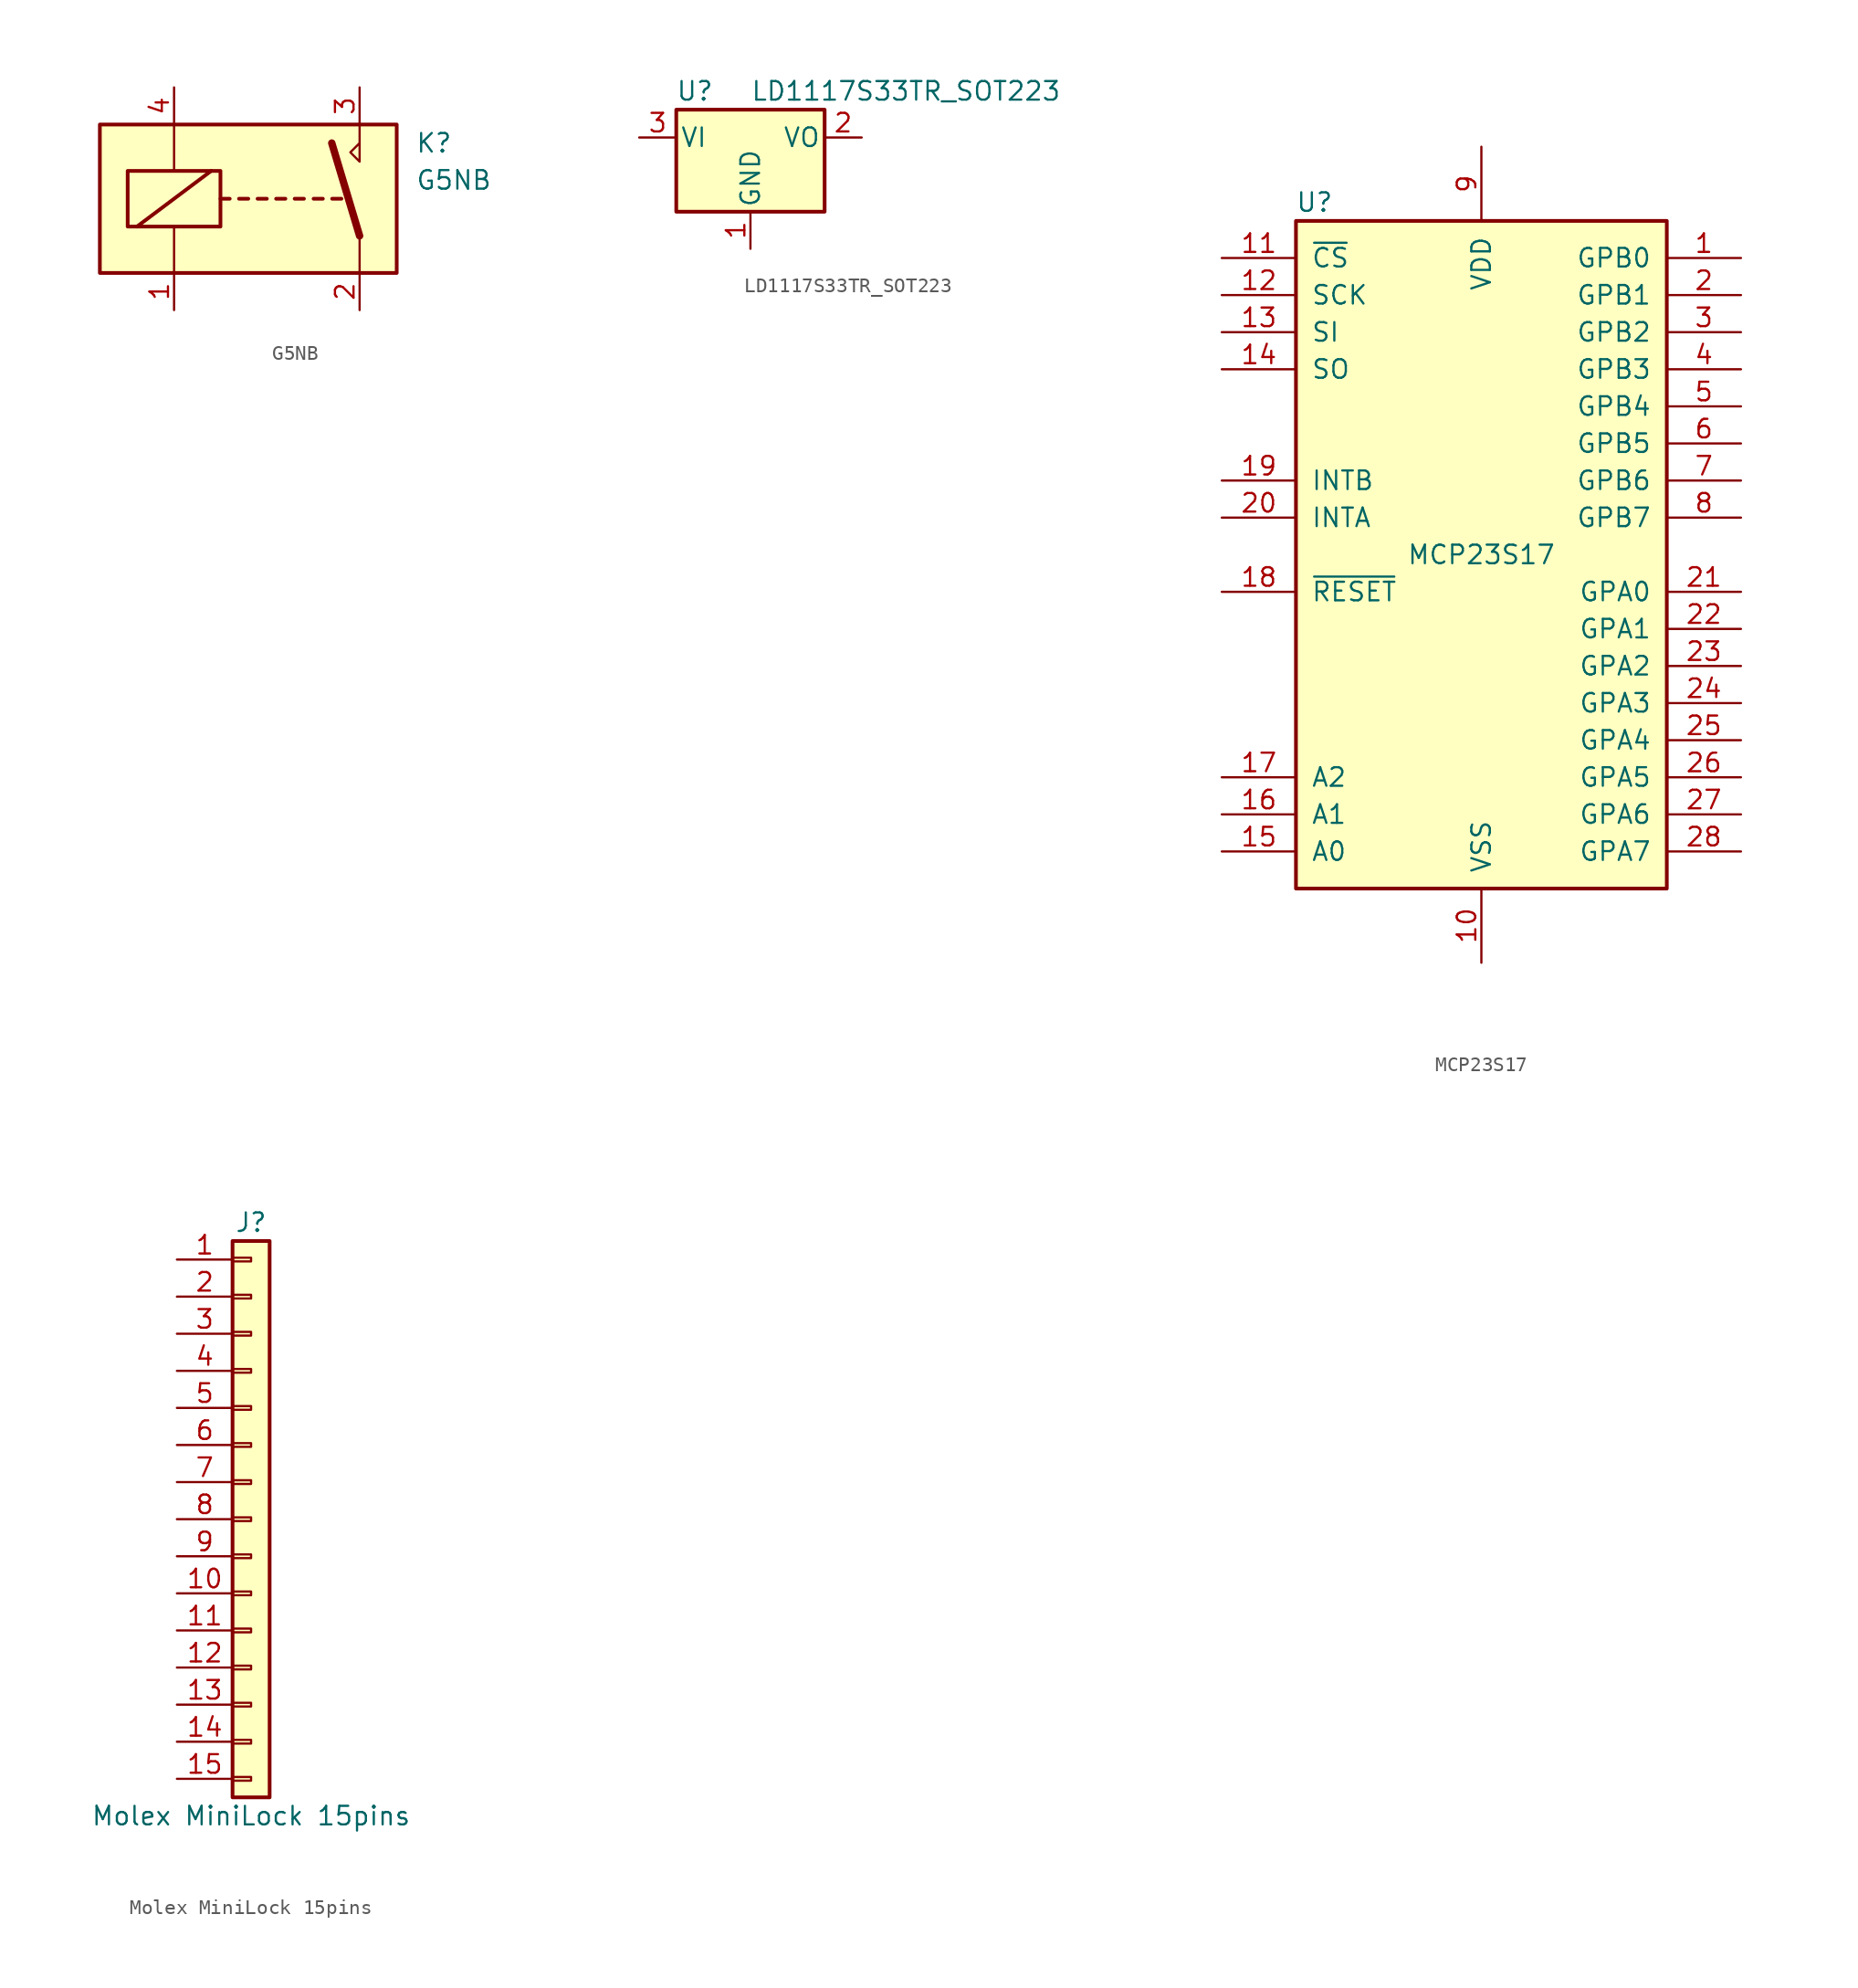
<source format=kicad_sym>
(kicad_symbol_lib
  (version 20211014)
  (generator kicad_symbol_editor)
  (symbol "G5NB"
    (property "Reference" "K"
      (at 11.43 3.81 0)
      (effects (font (size 1.27 1.27)) (justify left)))
    (property "Value" "G5NB"
      (at 11.43 1.27 0)
      (effects (font (size 1.27 1.27)) (justify left)))
    (symbol "G5NB_0_0"
      (polyline (pts (xy 7.62 5.08) (xy 7.62 2.54) (xy 6.985 3.175) (xy 7.62 3.81)) (stroke (width 0) (type default) (color 0 0 0 0)) (fill (type none))))
    (symbol "G5NB_0_1"
      (rectangle (start -10.16 5.08) (end 10.16 -5.08) (stroke (width 0.254) (type default) (color 0 0 0 0)) (fill (type background)))
      (rectangle (start -8.255 1.905) (end -1.905 -1.905) (stroke (width 0.254) (type default) (color 0 0 0 0)) (fill (type none)))
      (polyline (pts (xy -7.62 -1.905) (xy -2.54 1.905)) (stroke (width 0.254) (type default) (color 0 0 0 0)) (fill (type none)))
      (polyline (pts (xy -5.08 -5.08) (xy -5.08 -1.905)) (stroke (width 0) (type default) (color 0 0 0 0)) (fill (type none)))
      (polyline (pts (xy -5.08 5.08) (xy -5.08 1.905)) (stroke (width 0) (type default) (color 0 0 0 0)) (fill (type none)))
      (polyline (pts (xy -1.905 0) (xy -1.27 0)) (stroke (width 0.254) (type default) (color 0 0 0 0)) (fill (type none)))
      (polyline (pts (xy -0.635 0) (xy 0 0)) (stroke (width 0.254) (type default) (color 0 0 0 0)) (fill (type none)))
      (polyline (pts (xy 0.635 0) (xy 1.27 0)) (stroke (width 0.254) (type default) (color 0 0 0 0)) (fill (type none)))
      (polyline (pts (xy 1.905 0) (xy 2.54 0)) (stroke (width 0.254) (type default) (color 0 0 0 0)) (fill (type none)))
      (polyline (pts (xy 3.175 0) (xy 3.81 0)) (stroke (width 0.254) (type default) (color 0 0 0 0)) (fill (type none)))
      (polyline (pts (xy 4.47 0) (xy 5.105 0)) (stroke (width 0.254) (type default) (color 0 0 0 0)) (fill (type none)))
      (polyline (pts (xy 5.74 0) (xy 6.375 0)) (stroke (width 0.254) (type default) (color 0 0 0 0)) (fill (type none)))
      (polyline (pts (xy 7.62 -2.54) (xy 5.715 3.81)) (stroke (width 0.508) (type default) (color 0 0 0 0)) (fill (type none)))
      (polyline (pts (xy 7.62 -2.54) (xy 7.62 -5.08)) (stroke (width 0) (type default) (color 0 0 0 0)) (fill (type none))))
    (symbol "G5NB_1_1"
      (pin passive line (at -5.08 -7.62 90) (length 2.54) (name "~" (effects (font (size 1.27 1.27)))) (number "1" (effects (font (size 1.27 1.27)))))
      (pin passive line (at 7.62 -7.62 90) (length 2.54) (name "~" (effects (font (size 1.27 1.27)))) (number "2" (effects (font (size 1.27 1.27)))))
      (pin passive line (at 7.62 7.62 270) (length 2.54) (name "~" (effects (font (size 1.27 1.27)))) (number "3" (effects (font (size 1.27 1.27)))))
      (pin passive line (at -5.08 7.62 270) (length 2.54) (name "~" (effects (font (size 1.27 1.27)))) (number "4" (effects (font (size 1.27 1.27)))))))
  (symbol "LD1117S33TR_SOT223"
    (pin_names
      (offset 0.254))
    (property "Reference" "U"
      (at -3.81 3.175 0)
      (effects (font (size 1.27 1.27))))
    (property "Value" "LD1117S33TR_SOT223"
      (at 0 3.175 0)
      (effects (font (size 1.27 1.27)) (justify left)))
    (symbol "LD1117S33TR_SOT223_0_1"
      (rectangle (start -5.08 -5.08) (end 5.08 1.905) (stroke (width 0.254) (type default) (color 0 0 0 0)) (fill (type background))))
    (symbol "LD1117S33TR_SOT223_1_1"
      (pin power_in line (at 0 -7.62 90) (length 2.54) (name "GND" (effects (font (size 1.27 1.27)))) (number "1" (effects (font (size 1.27 1.27)))))
      (pin power_out line (at 7.62 0 180) (length 2.54) (name "VO" (effects (font (size 1.27 1.27)))) (number "2" (effects (font (size 1.27 1.27)))))
      (pin power_in line (at -7.62 0 0) (length 2.54) (name "VI" (effects (font (size 1.27 1.27)))) (number "3" (effects (font (size 1.27 1.27)))))))
  (symbol "MCP23S17"
    (pin_names
      (offset 1.016))
    (property "Reference" "U"
      (at -11.43 24.13 0)
      (effects (font (size 1.27 1.27))))
    (property "Value" "MCP23S17"
      (at 0 0 0)
      (effects (font (size 1.27 1.27))))
    (symbol "MCP23S17_0_1"
      (rectangle (start -12.7 22.86) (end 12.7 -22.86) (stroke (width 0.254) (type default) (color 0 0 0 0)) (fill (type background))))
    (symbol "MCP23S17_1_1"
      (pin bidirectional line (at 17.78 20.32 180) (length 5.08) (name "GPB0" (effects (font (size 1.27 1.27)))) (number "1" (effects (font (size 1.27 1.27)))))
      (pin power_in line (at 0 -27.94 90) (length 5.08) (name "VSS" (effects (font (size 1.27 1.27)))) (number "10" (effects (font (size 1.27 1.27)))))
      (pin input line (at -17.78 20.32 0) (length 5.08) (name "~{CS}" (effects (font (size 1.27 1.27)))) (number "11" (effects (font (size 1.27 1.27)))))
      (pin input line (at -17.78 17.78 0) (length 5.08) (name "SCK" (effects (font (size 1.27 1.27)))) (number "12" (effects (font (size 1.27 1.27)))))
      (pin input line (at -17.78 15.24 0) (length 5.08) (name "SI" (effects (font (size 1.27 1.27)))) (number "13" (effects (font (size 1.27 1.27)))))
      (pin output line (at -17.78 12.7 0) (length 5.08) (name "SO" (effects (font (size 1.27 1.27)))) (number "14" (effects (font (size 1.27 1.27)))))
      (pin input line (at -17.78 -20.32 0) (length 5.08) (name "A0" (effects (font (size 1.27 1.27)))) (number "15" (effects (font (size 1.27 1.27)))))
      (pin input line (at -17.78 -17.78 0) (length 5.08) (name "A1" (effects (font (size 1.27 1.27)))) (number "16" (effects (font (size 1.27 1.27)))))
      (pin input line (at -17.78 -15.24 0) (length 5.08) (name "A2" (effects (font (size 1.27 1.27)))) (number "17" (effects (font (size 1.27 1.27)))))
      (pin input line (at -17.78 -2.54 0) (length 5.08) (name "~{RESET}" (effects (font (size 1.27 1.27)))) (number "18" (effects (font (size 1.27 1.27)))))
      (pin tri_state line (at -17.78 5.08 0) (length 5.08) (name "INTB" (effects (font (size 1.27 1.27)))) (number "19" (effects (font (size 1.27 1.27)))))
      (pin bidirectional line (at 17.78 17.78 180) (length 5.08) (name "GPB1" (effects (font (size 1.27 1.27)))) (number "2" (effects (font (size 1.27 1.27)))))
      (pin tri_state line (at -17.78 2.54 0) (length 5.08) (name "INTA" (effects (font (size 1.27 1.27)))) (number "20" (effects (font (size 1.27 1.27)))))
      (pin bidirectional line (at 17.78 -2.54 180) (length 5.08) (name "GPA0" (effects (font (size 1.27 1.27)))) (number "21" (effects (font (size 1.27 1.27)))))
      (pin bidirectional line (at 17.78 -5.08 180) (length 5.08) (name "GPA1" (effects (font (size 1.27 1.27)))) (number "22" (effects (font (size 1.27 1.27)))))
      (pin bidirectional line (at 17.78 -7.62 180) (length 5.08) (name "GPA2" (effects (font (size 1.27 1.27)))) (number "23" (effects (font (size 1.27 1.27)))))
      (pin bidirectional line (at 17.78 -10.16 180) (length 5.08) (name "GPA3" (effects (font (size 1.27 1.27)))) (number "24" (effects (font (size 1.27 1.27)))))
      (pin bidirectional line (at 17.78 -12.7 180) (length 5.08) (name "GPA4" (effects (font (size 1.27 1.27)))) (number "25" (effects (font (size 1.27 1.27)))))
      (pin bidirectional line (at 17.78 -15.24 180) (length 5.08) (name "GPA5" (effects (font (size 1.27 1.27)))) (number "26" (effects (font (size 1.27 1.27)))))
      (pin bidirectional line (at 17.78 -17.78 180) (length 5.08) (name "GPA6" (effects (font (size 1.27 1.27)))) (number "27" (effects (font (size 1.27 1.27)))))
      (pin bidirectional line (at 17.78 -20.32 180) (length 5.08) (name "GPA7" (effects (font (size 1.27 1.27)))) (number "28" (effects (font (size 1.27 1.27)))))
      (pin bidirectional line (at 17.78 15.24 180) (length 5.08) (name "GPB2" (effects (font (size 1.27 1.27)))) (number "3" (effects (font (size 1.27 1.27)))))
      (pin bidirectional line (at 17.78 12.7 180) (length 5.08) (name "GPB3" (effects (font (size 1.27 1.27)))) (number "4" (effects (font (size 1.27 1.27)))))
      (pin bidirectional line (at 17.78 10.16 180) (length 5.08) (name "GPB4" (effects (font (size 1.27 1.27)))) (number "5" (effects (font (size 1.27 1.27)))))
      (pin bidirectional line (at 17.78 7.62 180) (length 5.08) (name "GPB5" (effects (font (size 1.27 1.27)))) (number "6" (effects (font (size 1.27 1.27)))))
      (pin bidirectional line (at 17.78 5.08 180) (length 5.08) (name "GPB6" (effects (font (size 1.27 1.27)))) (number "7" (effects (font (size 1.27 1.27)))))
      (pin bidirectional line (at 17.78 2.54 180) (length 5.08) (name "GPB7" (effects (font (size 1.27 1.27)))) (number "8" (effects (font (size 1.27 1.27)))))
      (pin power_in line (at 0 27.94 270) (length 5.08) (name "VDD" (effects (font (size 1.27 1.27)))) (number "9" (effects (font (size 1.27 1.27)))))))
  (symbol "Molex MiniLock 15pins"
    (pin_names
      (offset 1.016) hide)
    (property "Reference" "J"
      (at 0 20.32 0)
      (effects (font (size 1.27 1.27))))
    (property "Value" "Molex MiniLock 15pins"
      (at 0 -20.32 0)
      (effects (font (size 1.27 1.27))))
    (symbol "Molex MiniLock 15pins_1_1"
      (rectangle (start -1.27 -17.653) (end 0 -17.907) (stroke (width 0.152) (type default) (color 0 0 0 0)) (fill (type none)))
      (rectangle (start -1.27 -15.113) (end 0 -15.367) (stroke (width 0.152) (type default) (color 0 0 0 0)) (fill (type none)))
      (rectangle (start -1.27 -12.573) (end 0 -12.827) (stroke (width 0.152) (type default) (color 0 0 0 0)) (fill (type none)))
      (rectangle (start -1.27 -10.033) (end 0 -10.287) (stroke (width 0.152) (type default) (color 0 0 0 0)) (fill (type none)))
      (rectangle (start -1.27 -7.493) (end 0 -7.747) (stroke (width 0.152) (type default) (color 0 0 0 0)) (fill (type none)))
      (rectangle (start -1.27 -4.953) (end 0 -5.207) (stroke (width 0.152) (type default) (color 0 0 0 0)) (fill (type none)))
      (rectangle (start -1.27 -2.413) (end 0 -2.667) (stroke (width 0.152) (type default) (color 0 0 0 0)) (fill (type none)))
      (rectangle (start -1.27 0.127) (end 0 -0.127) (stroke (width 0.152) (type default) (color 0 0 0 0)) (fill (type none)))
      (rectangle (start -1.27 2.667) (end 0 2.413) (stroke (width 0.152) (type default) (color 0 0 0 0)) (fill (type none)))
      (rectangle (start -1.27 5.207) (end 0 4.953) (stroke (width 0.152) (type default) (color 0 0 0 0)) (fill (type none)))
      (rectangle (start -1.27 7.747) (end 0 7.493) (stroke (width 0.152) (type default) (color 0 0 0 0)) (fill (type none)))
      (rectangle (start -1.27 10.287) (end 0 10.033) (stroke (width 0.152) (type default) (color 0 0 0 0)) (fill (type none)))
      (rectangle (start -1.27 12.827) (end 0 12.573) (stroke (width 0.152) (type default) (color 0 0 0 0)) (fill (type none)))
      (rectangle (start -1.27 15.367) (end 0 15.113) (stroke (width 0.152) (type default) (color 0 0 0 0)) (fill (type none)))
      (rectangle (start -1.27 17.907) (end 0 17.653) (stroke (width 0.152) (type default) (color 0 0 0 0)) (fill (type none)))
      (rectangle (start -1.27 19.05) (end 1.27 -19.05) (stroke (width 0.254) (type default) (color 0 0 0 0)) (fill (type background)))
      (pin passive line (at -5.08 17.78 0) (length 3.81) (name "Pin_1" (effects (font (size 1.27 1.27)))) (number "1" (effects (font (size 1.27 1.27)))))
      (pin passive line (at -5.08 -5.08 0) (length 3.81) (name "Pin_10" (effects (font (size 1.27 1.27)))) (number "10" (effects (font (size 1.27 1.27)))))
      (pin passive line (at -5.08 -7.62 0) (length 3.81) (name "Pin_11" (effects (font (size 1.27 1.27)))) (number "11" (effects (font (size 1.27 1.27)))))
      (pin passive line (at -5.08 -10.16 0) (length 3.81) (name "Pin_12" (effects (font (size 1.27 1.27)))) (number "12" (effects (font (size 1.27 1.27)))))
      (pin passive line (at -5.08 -12.7 0) (length 3.81) (name "Pin_13" (effects (font (size 1.27 1.27)))) (number "13" (effects (font (size 1.27 1.27)))))
      (pin passive line (at -5.08 -15.24 0) (length 3.81) (name "Pin_14" (effects (font (size 1.27 1.27)))) (number "14" (effects (font (size 1.27 1.27)))))
      (pin passive line (at -5.08 -17.78 0) (length 3.81) (name "Pin_15" (effects (font (size 1.27 1.27)))) (number "15" (effects (font (size 1.27 1.27)))))
      (pin passive line (at -5.08 15.24 0) (length 3.81) (name "Pin_2" (effects (font (size 1.27 1.27)))) (number "2" (effects (font (size 1.27 1.27)))))
      (pin passive line (at -5.08 12.7 0) (length 3.81) (name "Pin_3" (effects (font (size 1.27 1.27)))) (number "3" (effects (font (size 1.27 1.27)))))
      (pin passive line (at -5.08 10.16 0) (length 3.81) (name "Pin_4" (effects (font (size 1.27 1.27)))) (number "4" (effects (font (size 1.27 1.27)))))
      (pin passive line (at -5.08 7.62 0) (length 3.81) (name "Pin_5" (effects (font (size 1.27 1.27)))) (number "5" (effects (font (size 1.27 1.27)))))
      (pin passive line (at -5.08 5.08 0) (length 3.81) (name "Pin_6" (effects (font (size 1.27 1.27)))) (number "6" (effects (font (size 1.27 1.27)))))
      (pin passive line (at -5.08 2.54 0) (length 3.81) (name "Pin_7" (effects (font (size 1.27 1.27)))) (number "7" (effects (font (size 1.27 1.27)))))
      (pin passive line (at -5.08 0 0) (length 3.81) (name "Pin_8" (effects (font (size 1.27 1.27)))) (number "8" (effects (font (size 1.27 1.27)))))
      (pin passive line (at -5.08 -2.54 0) (length 3.81) (name "Pin_9" (effects (font (size 1.27 1.27)))) (number "9" (effects (font (size 1.27 1.27))))))))
</source>
